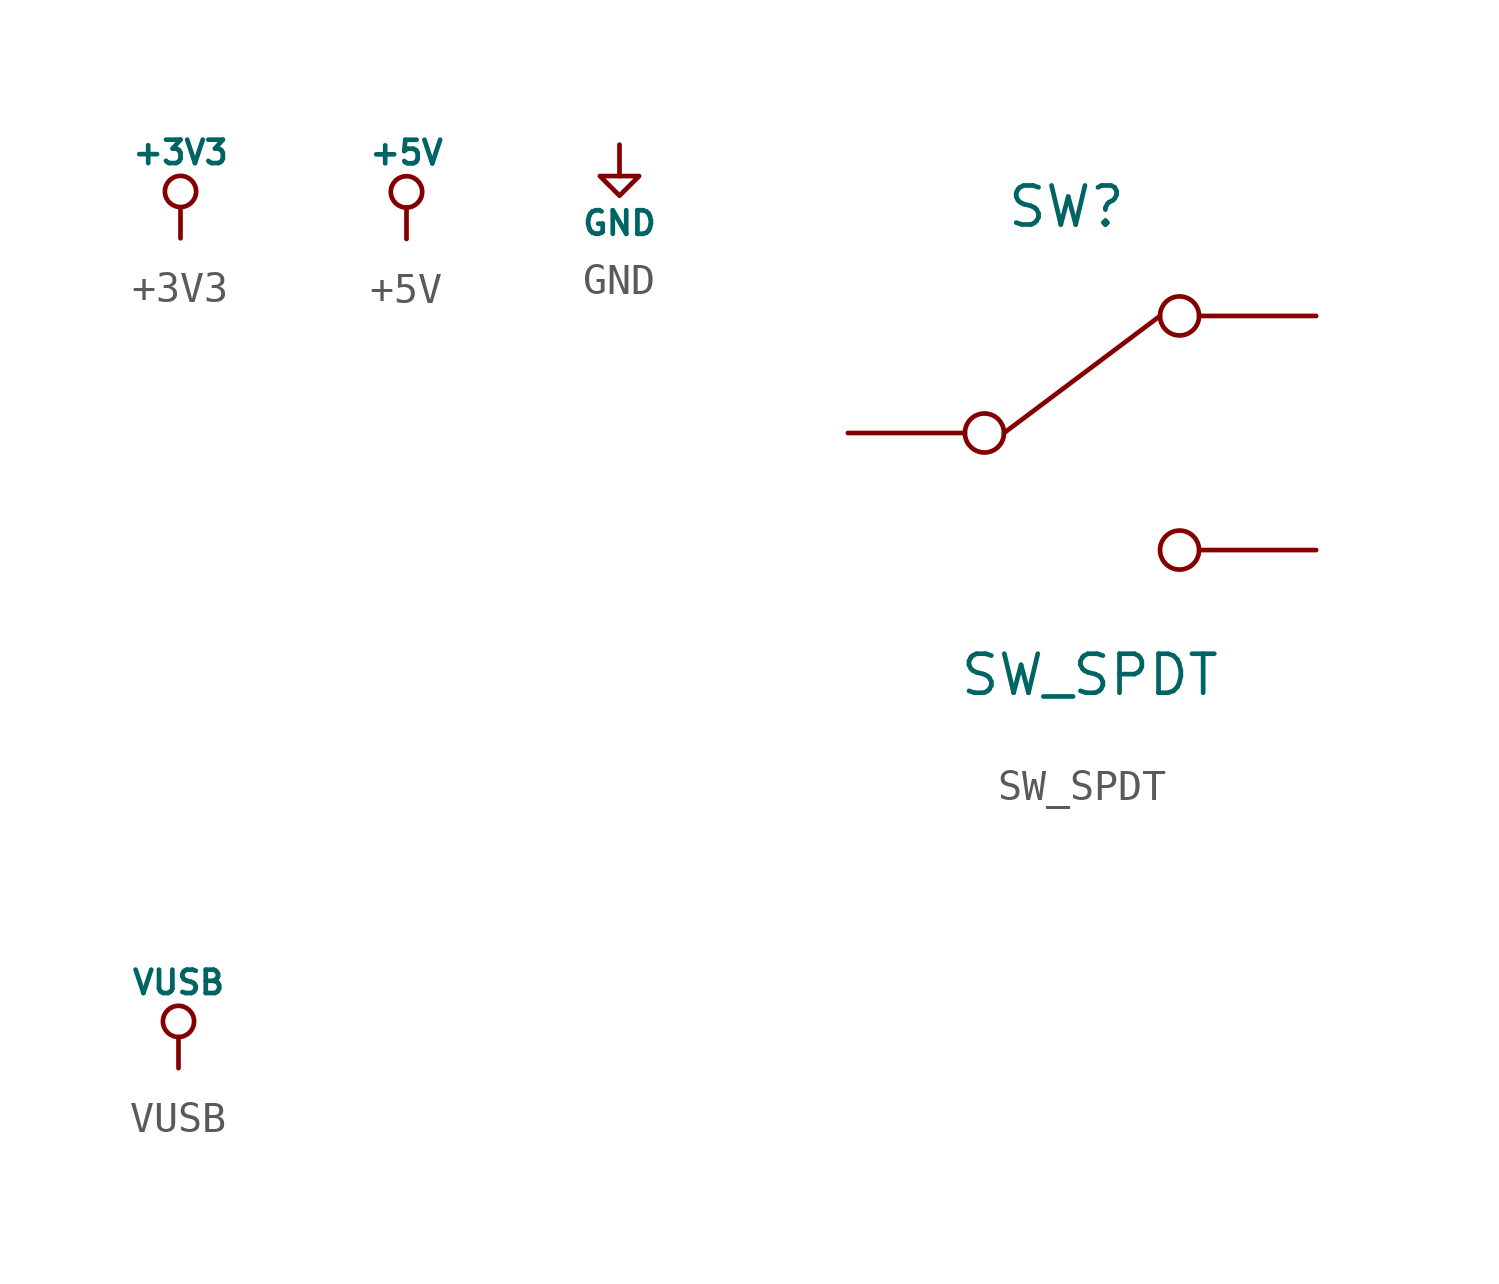
<source format=kicad_sym>
(kicad_symbol_lib
  (version 20231120)
  (generator "kicad_symbol_editor")
  (generator_version "8.0")
  (symbol "+3V3"
    (power)
    (pin_names
      (offset 0))
    (property "Reference" "#PWR"
      (at 0 -0.762 0)
      (effects (font (size 0.508 0.508)) (hide yes)))
    (property "Value" "+3V3"
      (at 0 2.794 0)
      (effects (font (size 0.762 0.762))))
    (property "Footprint" ""
      (at 0 0 0)
      (effects (font (size 1.524 1.524))))
    (property "Datasheet" ""
      (at 0 0 0)
      (effects (font (size 1.524 1.524))))
    (symbol "+3V3_0_0"
      (pin power_in line (at 0 0 90) (length 0) hide (name "+5V" (effects (font (size 0.508 0.508)))) (number "1" (effects (font (size 0.254 0.254))))))
    (symbol "+3V3_0_1"
      (polyline (pts (xy 0 0) (xy 0 1.016) (xy 0 1.016)) (stroke (width 0) (type solid)) (fill (type none)))
      (circle (center 0 1.524) (radius 0.508) (stroke (width 0) (type solid)) (fill (type none)))))
  (symbol "+5V"
    (power)
    (pin_names
      (offset 0))
    (property "Reference" "#PWR"
      (at 0 -0.762 0)
      (effects (font (size 0.508 0.508)) (hide yes)))
    (property "Value" "+5V"
      (at 0 2.794 0)
      (effects (font (size 0.762 0.762))))
    (property "Footprint" ""
      (at 0 0 0)
      (effects (font (size 1.524 1.524))))
    (property "Datasheet" ""
      (at 0 0 0)
      (effects (font (size 1.524 1.524))))
    (symbol "+5V_0_0"
      (pin power_in line (at 0 0 90) (length 0) hide (name "+5V" (effects (font (size 0.508 0.508)))) (number "1" (effects (font (size 0.254 0.254))))))
    (symbol "+5V_0_1"
      (polyline (pts (xy 0 0) (xy 0 1.016) (xy 0 1.016)) (stroke (width 0) (type solid)) (fill (type none)))
      (circle (center 0 1.524) (radius 0.508) (stroke (width 0) (type solid)) (fill (type none)))))
  (symbol "GND"
    (power)
    (pin_names
      (offset 0))
    (property "Reference" "#PWR"
      (at 0 1.27 0)
      (effects (font (size 0.508 0.508)) (hide yes)))
    (property "Value" "GND"
      (at 0 -2.54 0)
      (effects (font (size 0.762 0.762))))
    (property "Footprint" ""
      (at 0 0 0)
      (effects (font (size 1.524 1.524))))
    (property "Datasheet" ""
      (at 0 0 0)
      (effects (font (size 1.524 1.524))))
    (symbol "GND_0_0"
      (pin power_in line (at 0 0 90) (length 0) hide (name "+5V" (effects (font (size 0.508 0.508)))) (number "1" (effects (font (size 0.254 0.254))))))
    (symbol "GND_0_1"
      (polyline (pts (xy 0 -1.651) (xy 0.635 -1.016) (xy -0.635 -1.016) (xy 0 -1.651)) (stroke (width 0) (type solid)) (fill (type none))))
    (symbol "GND_1_1"
      (polyline (pts (xy 0 0) (xy 0 -1.016) (xy 0 -1.016)) (stroke (width 0) (type solid)) (fill (type none)))))
  (symbol "SW_SPDT"
    (pin_numbers hide)
    (pin_names
      (offset 1.016) hide)
    (property "Reference" "SW"
      (at -0.508 7.366 0)
      (effects (font (size 1.27 1.27))))
    (property "Value" "SW_SPDT"
      (at 0.254 -7.874 0)
      (effects (font (size 1.27 1.27))))
    (property "Footprint" ""
      (at 0 0 0)
      (effects (font (size 1.524 1.524))))
    (property "Datasheet" ""
      (at 0 0 0)
      (effects (font (size 1.524 1.524))))
    (symbol "SW_SPDT_0_1"
      (polyline (pts (xy -2.54 0) (xy 2.54 3.81)) (stroke (width 0) (type default)) (fill (type none)))
      (pin passive inverted (at -7.62 0 0) (length 5.08) (name "2" (effects (font (size 1.524 1.524)))) (number "2" (effects (font (size 1.524 1.524)))))
      (pin passive inverted (at 7.62 -3.81 180) (length 5.08) (name "3" (effects (font (size 1.524 1.524)))) (number "3" (effects (font (size 1.524 1.524))))))
    (symbol "SW_SPDT_1_1"
      (pin passive inverted (at 7.62 3.81 180) (length 5.08) (name "1" (effects (font (size 1.524 1.524)))) (number "1" (effects (font (size 1.524 1.524)))))))
  (symbol "VUSB"
    (power)
    (pin_names
      (offset 0))
    (property "Reference" "#PWR"
      (at 0 -0.762 0)
      (effects (font (size 0.508 0.508)) (hide yes)))
    (property "Value" "VUSB"
      (at 0 2.794 0)
      (effects (font (size 0.762 0.762))))
    (property "Footprint" ""
      (at 0 0 0)
      (effects (font (size 1.524 1.524))))
    (property "Datasheet" ""
      (at 0 0 0)
      (effects (font (size 1.524 1.524))))
    (symbol "VUSB_0_0"
      (pin power_in line (at 0 0 90) (length 0) hide (name "VUSB" (effects (font (size 0.508 0.508)))) (number "1" (effects (font (size 0.254 0.254))))))
    (symbol "VUSB_0_1"
      (polyline (pts (xy 0 0) (xy 0 1.016) (xy 0 1.016)) (stroke (width 0) (type solid)) (fill (type none)))
      (circle (center 0 1.524) (radius 0.508) (stroke (width 0) (type solid)) (fill (type none))))))
</source>
